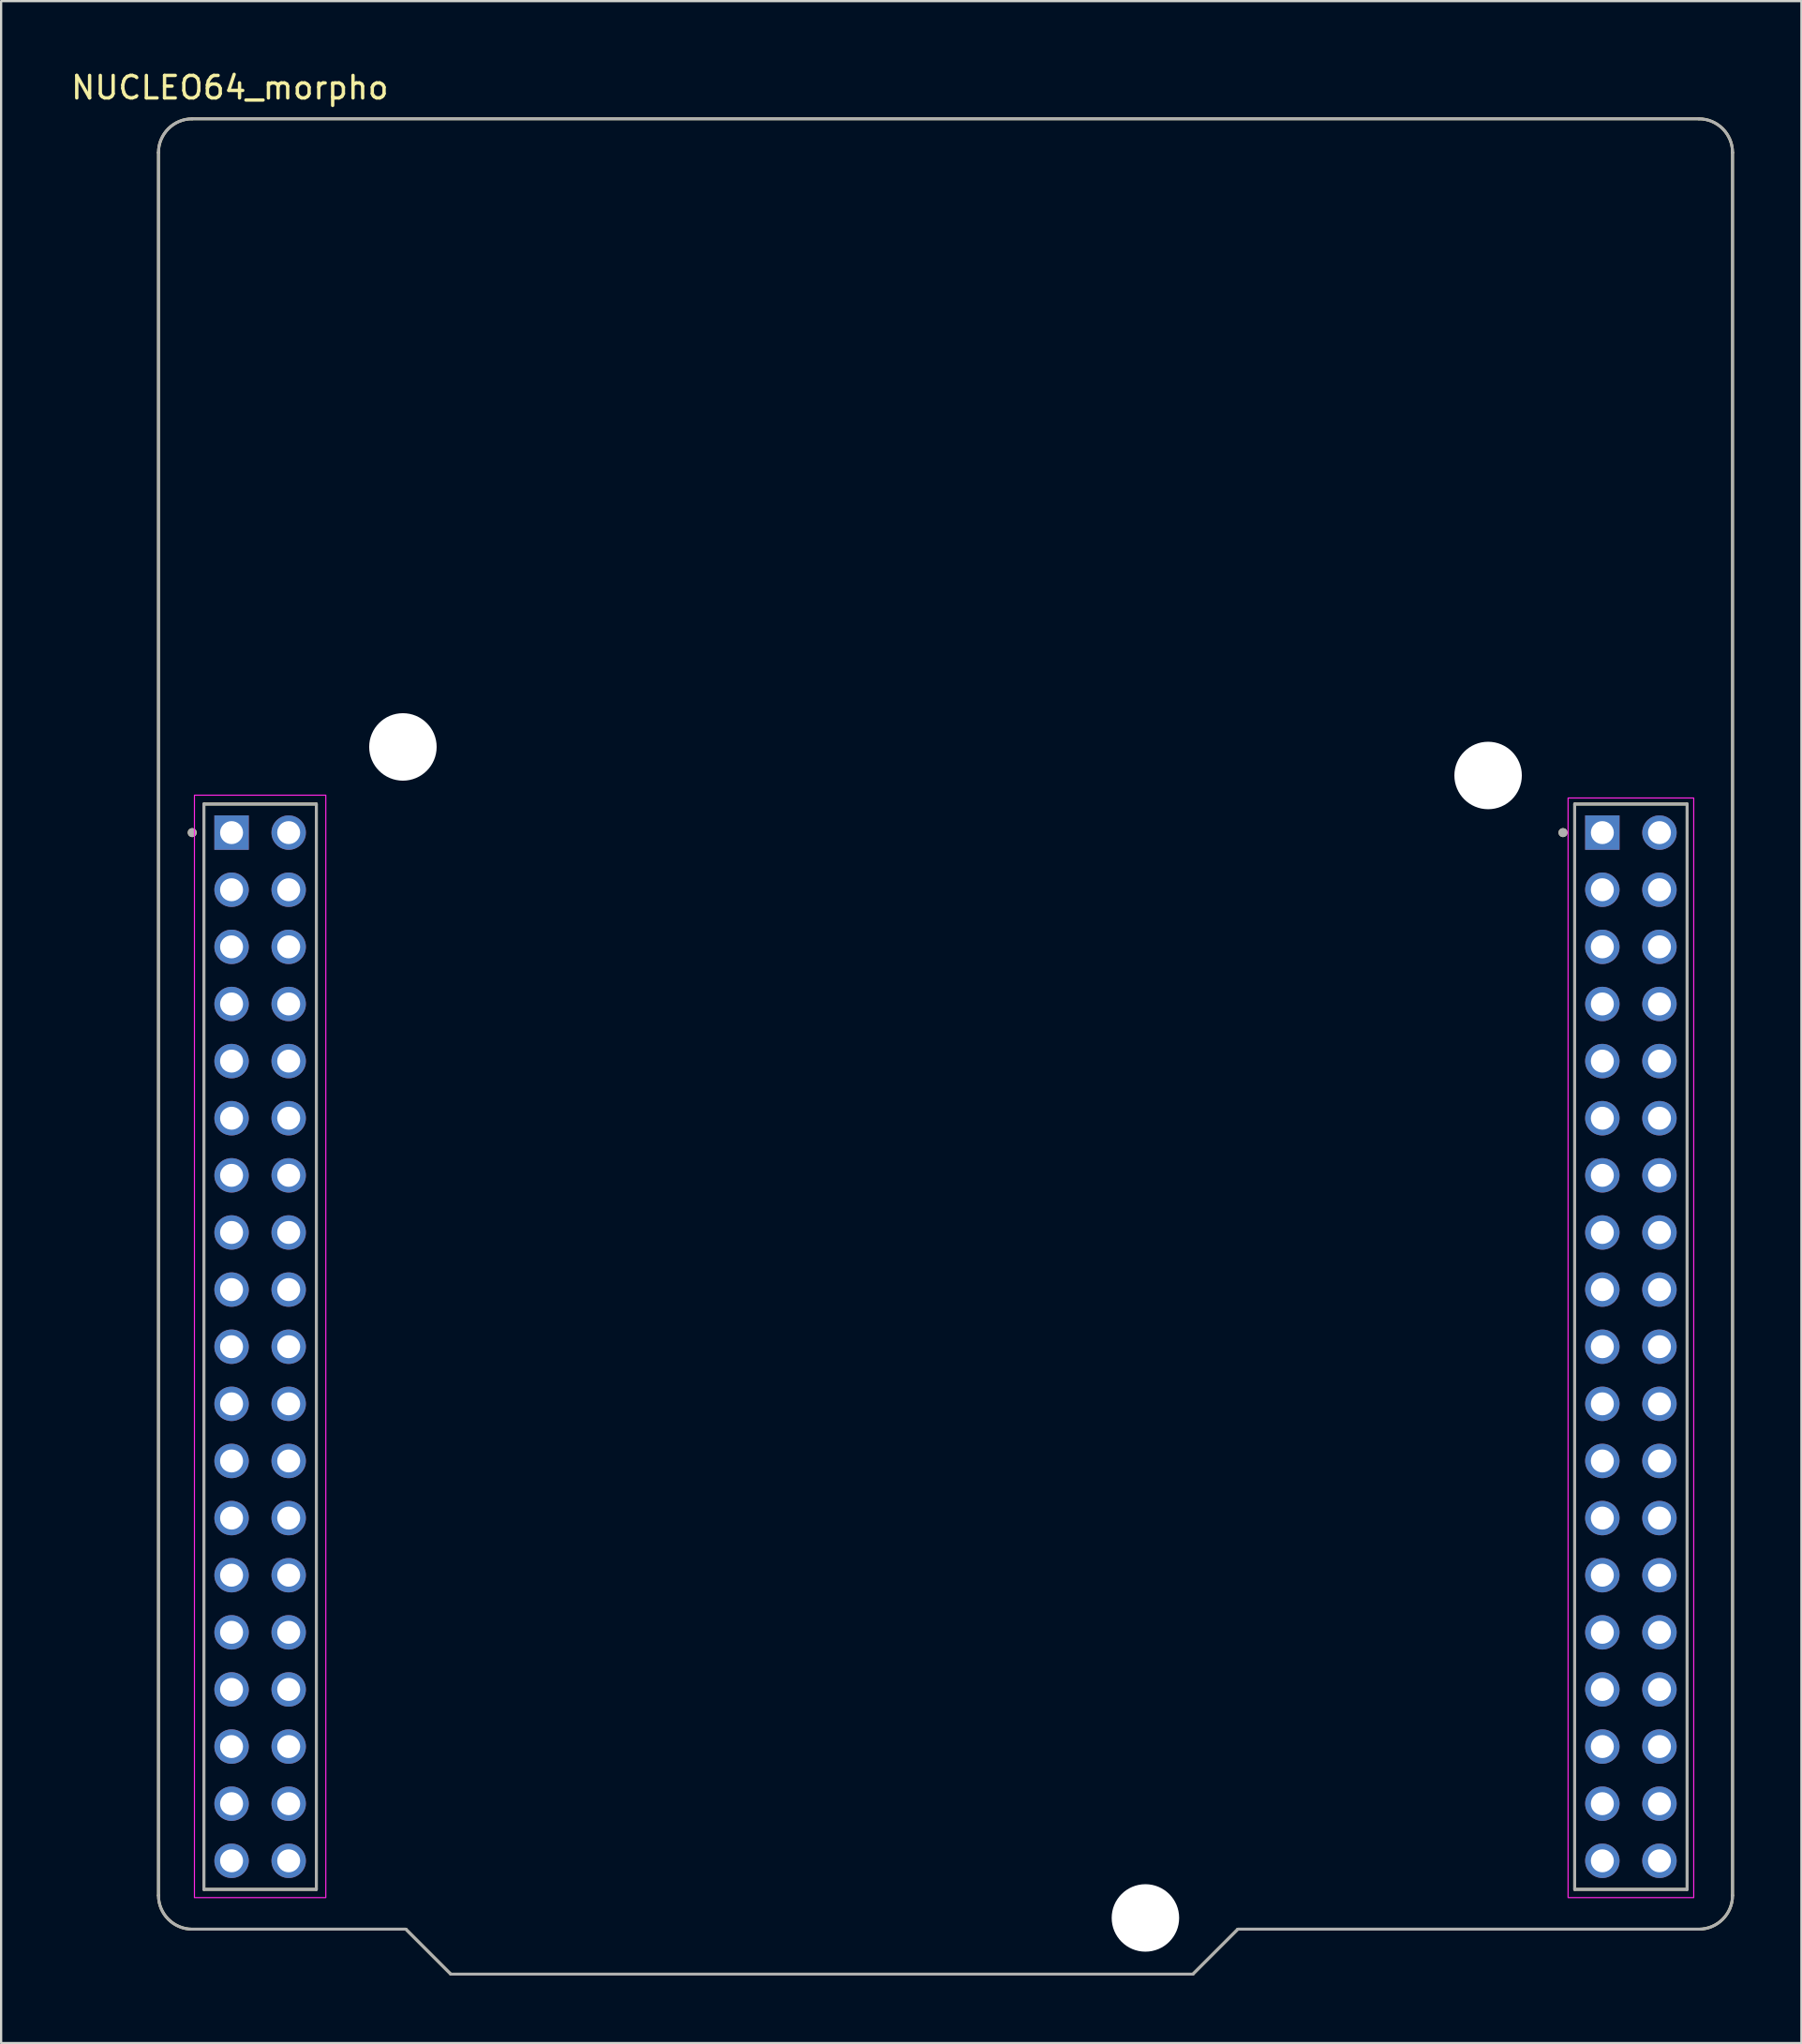
<source format=kicad_pcb>
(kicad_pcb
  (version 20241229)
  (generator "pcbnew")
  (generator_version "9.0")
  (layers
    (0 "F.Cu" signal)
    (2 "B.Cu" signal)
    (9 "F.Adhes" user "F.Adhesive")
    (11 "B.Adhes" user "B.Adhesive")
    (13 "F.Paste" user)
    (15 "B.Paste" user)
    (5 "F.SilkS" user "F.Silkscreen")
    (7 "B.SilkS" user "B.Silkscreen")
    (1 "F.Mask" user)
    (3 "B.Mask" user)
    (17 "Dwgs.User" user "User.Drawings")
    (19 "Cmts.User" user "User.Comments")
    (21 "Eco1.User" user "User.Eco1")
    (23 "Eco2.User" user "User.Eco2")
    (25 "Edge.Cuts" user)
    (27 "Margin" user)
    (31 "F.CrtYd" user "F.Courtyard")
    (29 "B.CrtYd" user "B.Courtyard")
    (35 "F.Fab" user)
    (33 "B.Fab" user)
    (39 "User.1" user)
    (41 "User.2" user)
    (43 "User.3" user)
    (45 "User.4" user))
  (footprint "NUCLEO64_morpho"
    (layer "F.Cu")
    (at 38.998 43.483)
    (property "Reference" "NUCLEO64_morpho" (at -31.825 -42.635 0) (layer "F.SilkS") (effects (font (size 1 1) (thickness 0.15))))
    (attr through_hole)
    (fp_line (start -35 37.75) (end -35 -39.75) (stroke (width 0.127) (type solid)) (layer "F.SilkS"))
    (fp_line (start -33.5 -41.25) (end 33.5 -41.25) (stroke (width 0.127) (type solid)) (layer "F.SilkS"))
    (fp_line (start -32.98 -10.78) (end -32.98 37.48) (stroke (width 0.127) (type solid)) (layer "F.SilkS"))
    (fp_line (start -32.98 37.48) (end -27.98 37.48) (stroke (width 0.127) (type solid)) (layer "F.SilkS"))
    (fp_line (start -27.98 -10.78) (end -32.98 -10.78) (stroke (width 0.127) (type solid)) (layer "F.SilkS"))
    (fp_line (start -27.98 37.48) (end -27.98 -10.78) (stroke (width 0.127) (type solid)) (layer "F.SilkS"))
    (fp_line (start -24 39.25) (end -33.5 39.25) (stroke (width 0.127) (type solid)) (layer "F.SilkS"))
    (fp_line (start -22 41.25) (end -24 39.25) (stroke (width 0.127) (type solid)) (layer "F.SilkS"))
    (fp_line (start 11 41.25) (end -22 41.25) (stroke (width 0.127) (type solid)) (layer "F.SilkS"))
    (fp_line (start 13 39.25) (end 11 41.25) (stroke (width 0.127) (type solid)) (layer "F.SilkS"))
    (fp_line (start 27.98 -10.78) (end 27.98 37.48) (stroke (width 0.127) (type solid)) (layer "F.SilkS"))
    (fp_line (start 27.98 37.48) (end 32.98 37.48) (stroke (width 0.127) (type solid)) (layer "F.SilkS"))
    (fp_line (start 32.98 -10.78) (end 27.98 -10.78) (stroke (width 0.127) (type solid)) (layer "F.SilkS"))
    (fp_line (start 32.98 37.48) (end 32.98 -10.78) (stroke (width 0.127) (type solid)) (layer "F.SilkS"))
    (fp_line (start 33.5 39.25) (end 13 39.25) (stroke (width 0.127) (type solid)) (layer "F.SilkS"))
    (fp_line (start 35 -39.75) (end 35 37.75) (stroke (width 0.127) (type solid)) (layer "F.SilkS"))
    (fp_arc (start -35 -39.75) (mid -34.56066 -40.81066) (end -33.5 -41.25) (stroke (width 0.127) (type solid)) (layer "F.SilkS"))
    (fp_arc (start -33.5 39.25) (mid -34.56066 38.81066) (end -35 37.75) (stroke (width 0.127) (type solid)) (layer "F.SilkS"))
    (fp_arc (start 33.5 -41.25) (mid 34.56066 -40.81066) (end 35 -39.75) (stroke (width 0.127) (type solid)) (layer "F.SilkS"))
    (fp_arc (start 35 37.75) (mid 34.56066 38.81066) (end 33.5 39.25) (stroke (width 0.127) (type solid)) (layer "F.SilkS"))
    (fp_circle (center -33.5 -9.51) (end -33.4 -9.51) (stroke (width 0.2) (type solid)) (fill no) (layer "F.SilkS"))
    (fp_circle (center 27.46 -9.51) (end 27.56 -9.51) (stroke (width 0.2) (type solid)) (fill no) (layer "F.SilkS"))
    (fp_rect (start -33.401 -11.176) (end -27.559 37.846) (stroke (width 0.05) (type default)) (fill no) (layer "F.CrtYd"))
    (fp_rect (start 27.686 -11.049) (end 33.274 37.846) (stroke (width 0.05) (type default)) (fill no) (layer "F.CrtYd"))
    (fp_line (start -35 37.75) (end -35 -39.75) (stroke (width 0.127) (type solid)) (layer "F.Fab"))
    (fp_line (start -33.5 -41.25) (end 33.5 -41.25) (stroke (width 0.127) (type solid)) (layer "F.Fab"))
    (fp_line (start -32.98 -10.78) (end -32.98 37.48) (stroke (width 0.127) (type solid)) (layer "F.Fab"))
    (fp_line (start -32.98 37.48) (end -27.98 37.48) (stroke (width 0.127) (type solid)) (layer "F.Fab"))
    (fp_line (start -27.98 -10.78) (end -32.98 -10.78) (stroke (width 0.127) (type solid)) (layer "F.Fab"))
    (fp_line (start -27.98 37.48) (end -27.98 -10.78) (stroke (width 0.127) (type solid)) (layer "F.Fab"))
    (fp_line (start -24 39.25) (end -33.5 39.25) (stroke (width 0.127) (type solid)) (layer "F.Fab"))
    (fp_line (start -22 41.25) (end -24 39.25) (stroke (width 0.127) (type solid)) (layer "F.Fab"))
    (fp_line (start 11 41.25) (end -22 41.25) (stroke (width 0.127) (type solid)) (layer "F.Fab"))
    (fp_line (start 13 39.25) (end 11 41.25) (stroke (width 0.127) (type solid)) (layer "F.Fab"))
    (fp_line (start 27.98 -10.78) (end 27.98 37.48) (stroke (width 0.127) (type solid)) (layer "F.Fab"))
    (fp_line (start 27.98 37.48) (end 32.98 37.48) (stroke (width 0.127) (type solid)) (layer "F.Fab"))
    (fp_line (start 32.98 -10.78) (end 27.98 -10.78) (stroke (width 0.127) (type solid)) (layer "F.Fab"))
    (fp_line (start 32.98 37.48) (end 32.98 -10.78) (stroke (width 0.127) (type solid)) (layer "F.Fab"))
    (fp_line (start 33.5 39.25) (end 13 39.25) (stroke (width 0.127) (type solid)) (layer "F.Fab"))
    (fp_line (start 35 -39.75) (end 35 37.75) (stroke (width 0.127) (type solid)) (layer "F.Fab"))
    (fp_arc (start -35 -39.75) (mid -34.56066 -40.81066) (end -33.5 -41.25) (stroke (width 0.127) (type solid)) (layer "F.Fab"))
    (fp_arc (start -33.5 39.25) (mid -34.56066 38.81066) (end -35 37.75) (stroke (width 0.127) (type solid)) (layer "F.Fab"))
    (fp_arc (start 33.5 -41.25) (mid 34.56066 -40.81066) (end 35 -39.75) (stroke (width 0.127) (type solid)) (layer "F.Fab"))
    (fp_arc (start 35 37.75) (mid 34.56066 38.81066) (end 33.5 39.25) (stroke (width 0.127) (type solid)) (layer "F.Fab"))
    (fp_circle (center -33.5 -9.51) (end -33.4 -9.51) (stroke (width 0.2) (type solid)) (fill no) (layer "F.Fab"))
    (fp_circle (center 27.46 -9.51) (end 27.56 -9.51) (stroke (width 0.2) (type solid)) (fill no) (layer "F.Fab"))
    (pad "" np_thru_hole circle (at -24.13 -13.32) (size 3 3) (drill 3) (layers "*.Cu" "*.Mask"))
    (pad "" np_thru_hole circle (at 8.89 38.75) (size 3 3) (drill 3) (layers "*.Cu" "*.Mask"))
    (pad "" np_thru_hole circle (at 24.13 -12.05) (size 3 3) (drill 3) (layers "*.Cu" "*.Mask"))
    (pad "CN7_1" thru_hole rect (at -31.75 -9.51) (size 1.53 1.53) (drill 1.02) (layers "*.Cu" "*.Mask"))
    (pad "CN7_2" thru_hole circle (at -29.21 -9.51) (size 1.53 1.53) (drill 1.02) (layers "*.Cu" "*.Mask"))
    (pad "CN7_3" thru_hole circle (at -31.75 -6.97) (size 1.53 1.53) (drill 1.02) (layers "*.Cu" "*.Mask"))
    (pad "CN7_4" thru_hole circle (at -29.21 -6.97) (size 1.53 1.53) (drill 1.02) (layers "*.Cu" "*.Mask"))
    (pad "CN7_5" thru_hole circle (at -31.75 -4.43) (size 1.53 1.53) (drill 1.02) (layers "*.Cu" "*.Mask"))
    (pad "CN7_6" thru_hole circle (at -29.21 -4.43) (size 1.53 1.53) (drill 1.02) (layers "*.Cu" "*.Mask"))
    (pad "CN7_7" thru_hole circle (at -31.75 -1.89) (size 1.53 1.53) (drill 1.02) (layers "*.Cu" "*.Mask"))
    (pad "CN7_8" thru_hole circle (at -29.21 -1.89) (size 1.53 1.53) (drill 1.02) (layers "*.Cu" "*.Mask"))
    (pad "CN7_9" thru_hole circle (at -31.75 0.65) (size 1.53 1.53) (drill 1.02) (layers "*.Cu" "*.Mask"))
    (pad "CN7_10" thru_hole circle (at -29.21 0.65) (size 1.53 1.53) (drill 1.02) (layers "*.Cu" "*.Mask"))
    (pad "CN7_11" thru_hole circle (at -31.75 3.19) (size 1.53 1.53) (drill 1.02) (layers "*.Cu" "*.Mask"))
    (pad "CN7_12" thru_hole circle (at -29.21 3.19) (size 1.53 1.53) (drill 1.02) (layers "*.Cu" "*.Mask"))
    (pad "CN7_13" thru_hole circle (at -31.75 5.73) (size 1.53 1.53) (drill 1.02) (layers "*.Cu" "*.Mask"))
    (pad "CN7_14" thru_hole circle (at -29.21 5.73) (size 1.53 1.53) (drill 1.02) (layers "*.Cu" "*.Mask"))
    (pad "CN7_15" thru_hole circle (at -31.75 8.27) (size 1.53 1.53) (drill 1.02) (layers "*.Cu" "*.Mask"))
    (pad "CN7_16" thru_hole circle (at -29.21 8.27) (size 1.53 1.53) (drill 1.02) (layers "*.Cu" "*.Mask"))
    (pad "CN7_17" thru_hole circle (at -31.75 10.81) (size 1.53 1.53) (drill 1.02) (layers "*.Cu" "*.Mask"))
    (pad "CN7_18" thru_hole circle (at -29.21 10.81) (size 1.53 1.53) (drill 1.02) (layers "*.Cu" "*.Mask"))
    (pad "CN7_19" thru_hole circle (at -31.75 13.35) (size 1.53 1.53) (drill 1.02) (layers "*.Cu" "*.Mask"))
    (pad "CN7_20" thru_hole circle (at -29.21 13.35) (size 1.53 1.53) (drill 1.02) (layers "*.Cu" "*.Mask"))
    (pad "CN7_21" thru_hole circle (at -31.75 15.89) (size 1.53 1.53) (drill 1.02) (layers "*.Cu" "*.Mask"))
    (pad "CN7_22" thru_hole circle (at -29.21 15.89) (size 1.53 1.53) (drill 1.02) (layers "*.Cu" "*.Mask"))
    (pad "CN7_23" thru_hole circle (at -31.75 18.43) (size 1.53 1.53) (drill 1.02) (layers "*.Cu" "*.Mask"))
    (pad "CN7_24" thru_hole circle (at -29.21 18.43) (size 1.53 1.53) (drill 1.02) (layers "*.Cu" "*.Mask"))
    (pad "CN7_25" thru_hole circle (at -31.75 20.97) (size 1.53 1.53) (drill 1.02) (layers "*.Cu" "*.Mask"))
    (pad "CN7_26" thru_hole circle (at -29.21 20.97) (size 1.53 1.53) (drill 1.02) (layers "*.Cu" "*.Mask"))
    (pad "CN7_27" thru_hole circle (at -31.75 23.51) (size 1.53 1.53) (drill 1.02) (layers "*.Cu" "*.Mask"))
    (pad "CN7_28" thru_hole circle (at -29.21 23.51) (size 1.53 1.53) (drill 1.02) (layers "*.Cu" "*.Mask"))
    (pad "CN7_29" thru_hole circle (at -31.75 26.05) (size 1.53 1.53) (drill 1.02) (layers "*.Cu" "*.Mask"))
    (pad "CN7_30" thru_hole circle (at -29.21 26.05) (size 1.53 1.53) (drill 1.02) (layers "*.Cu" "*.Mask"))
    (pad "CN7_31" thru_hole circle (at -31.75 28.59) (size 1.53 1.53) (drill 1.02) (layers "*.Cu" "*.Mask"))
    (pad "CN7_32" thru_hole circle (at -29.21 28.59) (size 1.53 1.53) (drill 1.02) (layers "*.Cu" "*.Mask"))
    (pad "CN7_33" thru_hole circle (at -31.75 31.13) (size 1.53 1.53) (drill 1.02) (layers "*.Cu" "*.Mask"))
    (pad "CN7_34" thru_hole circle (at -29.21 31.13) (size 1.53 1.53) (drill 1.02) (layers "*.Cu" "*.Mask"))
    (pad "CN7_35" thru_hole circle (at -31.75 33.67) (size 1.53 1.53) (drill 1.02) (layers "*.Cu" "*.Mask"))
    (pad "CN7_36" thru_hole circle (at -29.21 33.67) (size 1.53 1.53) (drill 1.02) (layers "*.Cu" "*.Mask"))
    (pad "CN7_37" thru_hole circle (at -31.75 36.21) (size 1.53 1.53) (drill 1.02) (layers "*.Cu" "*.Mask"))
    (pad "CN7_38" thru_hole circle (at -29.21 36.21) (size 1.53 1.53) (drill 1.02) (layers "*.Cu" "*.Mask"))
    (pad "CN10_1" thru_hole rect (at 29.21 -9.51) (size 1.53 1.53) (drill 1.02) (layers "*.Cu" "*.Mask"))
    (pad "CN10_2" thru_hole circle (at 31.75 -9.51) (size 1.53 1.53) (drill 1.02) (layers "*.Cu" "*.Mask"))
    (pad "CN10_3" thru_hole circle (at 29.21 -6.97) (size 1.53 1.53) (drill 1.02) (layers "*.Cu" "*.Mask"))
    (pad "CN10_4" thru_hole circle (at 31.75 -6.97) (size 1.53 1.53) (drill 1.02) (layers "*.Cu" "*.Mask"))
    (pad "CN10_5" thru_hole circle (at 29.21 -4.43) (size 1.53 1.53) (drill 1.02) (layers "*.Cu" "*.Mask"))
    (pad "CN10_6" thru_hole circle (at 31.75 -4.43) (size 1.53 1.53) (drill 1.02) (layers "*.Cu" "*.Mask"))
    (pad "CN10_7" thru_hole circle (at 29.21 -1.89) (size 1.53 1.53) (drill 1.02) (layers "*.Cu" "*.Mask"))
    (pad "CN10_8" thru_hole circle (at 31.75 -1.89) (size 1.53 1.53) (drill 1.02) (layers "*.Cu" "*.Mask"))
    (pad "CN10_9" thru_hole circle (at 29.21 0.65) (size 1.53 1.53) (drill 1.02) (layers "*.Cu" "*.Mask"))
    (pad "CN10_10" thru_hole circle (at 31.75 0.65) (size 1.53 1.53) (drill 1.02) (layers "*.Cu" "*.Mask"))
    (pad "CN10_11" thru_hole circle (at 29.21 3.19) (size 1.53 1.53) (drill 1.02) (layers "*.Cu" "*.Mask"))
    (pad "CN10_12" thru_hole circle (at 31.75 3.19) (size 1.53 1.53) (drill 1.02) (layers "*.Cu" "*.Mask"))
    (pad "CN10_13" thru_hole circle (at 29.21 5.73) (size 1.53 1.53) (drill 1.02) (layers "*.Cu" "*.Mask"))
    (pad "CN10_14" thru_hole circle (at 31.75 5.73) (size 1.53 1.53) (drill 1.02) (layers "*.Cu" "*.Mask"))
    (pad "CN10_15" thru_hole circle (at 29.21 8.27) (size 1.53 1.53) (drill 1.02) (layers "*.Cu" "*.Mask"))
    (pad "CN10_16" thru_hole circle (at 31.75 8.27) (size 1.53 1.53) (drill 1.02) (layers "*.Cu" "*.Mask"))
    (pad "CN10_17" thru_hole circle (at 29.21 10.81) (size 1.53 1.53) (drill 1.02) (layers "*.Cu" "*.Mask"))
    (pad "CN10_18" thru_hole circle (at 31.75 10.81) (size 1.53 1.53) (drill 1.02) (layers "*.Cu" "*.Mask"))
    (pad "CN10_19" thru_hole circle (at 29.21 13.35) (size 1.53 1.53) (drill 1.02) (layers "*.Cu" "*.Mask"))
    (pad "CN10_20" thru_hole circle (at 31.75 13.35) (size 1.53 1.53) (drill 1.02) (layers "*.Cu" "*.Mask"))
    (pad "CN10_21" thru_hole circle (at 29.21 15.89) (size 1.53 1.53) (drill 1.02) (layers "*.Cu" "*.Mask"))
    (pad "CN10_22" thru_hole circle (at 31.75 15.89) (size 1.53 1.53) (drill 1.02) (layers "*.Cu" "*.Mask"))
    (pad "CN10_23" thru_hole circle (at 29.21 18.43) (size 1.53 1.53) (drill 1.02) (layers "*.Cu" "*.Mask"))
    (pad "CN10_24" thru_hole circle (at 31.75 18.43) (size 1.53 1.53) (drill 1.02) (layers "*.Cu" "*.Mask"))
    (pad "CN10_25" thru_hole circle (at 29.21 20.97) (size 1.53 1.53) (drill 1.02) (layers "*.Cu" "*.Mask"))
    (pad "CN10_26" thru_hole circle (at 31.75 20.97) (size 1.53 1.53) (drill 1.02) (layers "*.Cu" "*.Mask"))
    (pad "CN10_27" thru_hole circle (at 29.21 23.51) (size 1.53 1.53) (drill 1.02) (layers "*.Cu" "*.Mask"))
    (pad "CN10_28" thru_hole circle (at 31.75 23.51) (size 1.53 1.53) (drill 1.02) (layers "*.Cu" "*.Mask"))
    (pad "CN10_29" thru_hole circle (at 29.21 26.05) (size 1.53 1.53) (drill 1.02) (layers "*.Cu" "*.Mask"))
    (pad "CN10_30" thru_hole circle (at 31.75 26.05) (size 1.53 1.53) (drill 1.02) (layers "*.Cu" "*.Mask"))
    (pad "CN10_31" thru_hole circle (at 29.21 28.59) (size 1.53 1.53) (drill 1.02) (layers "*.Cu" "*.Mask"))
    (pad "CN10_32" thru_hole circle (at 31.75 28.59) (size 1.53 1.53) (drill 1.02) (layers "*.Cu" "*.Mask"))
    (pad "CN10_33" thru_hole circle (at 29.21 31.13) (size 1.53 1.53) (drill 1.02) (layers "*.Cu" "*.Mask"))
    (pad "CN10_34" thru_hole circle (at 31.75 31.13) (size 1.53 1.53) (drill 1.02) (layers "*.Cu" "*.Mask"))
    (pad "CN10_35" thru_hole circle (at 29.21 33.67) (size 1.53 1.53) (drill 1.02) (layers "*.Cu" "*.Mask"))
    (pad "CN10_36" thru_hole circle (at 31.75 33.67) (size 1.53 1.53) (drill 1.02) (layers "*.Cu" "*.Mask"))
    (pad "CN10_37" thru_hole circle (at 29.21 36.21) (size 1.53 1.53) (drill 1.02) (layers "*.Cu" "*.Mask"))
    (pad "CN10_38" thru_hole circle (at 31.75 36.21) (size 1.53 1.53) (drill 1.02) (layers "*.Cu" "*.Mask")))
  (gr_rect
    (start -3 -3)
    (end 77.061 87.797)
    (stroke (width 0.1) (type default))
    (fill no)
    (layer "Edge.Cuts")))
</source>
